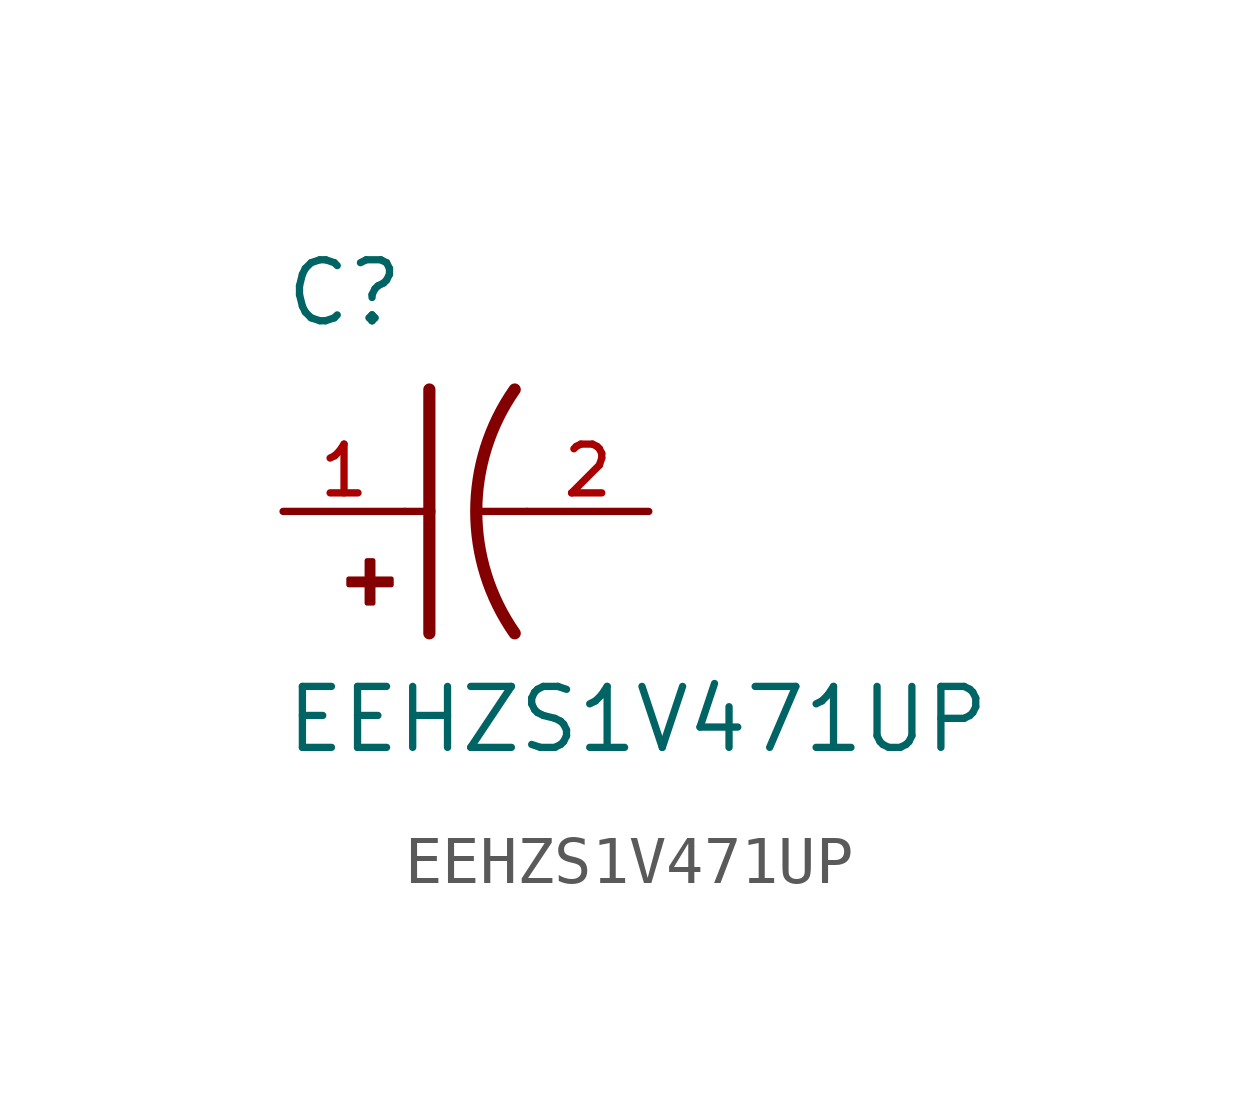
<source format=kicad_sym>
(kicad_symbol_lib
  (version 20211014)
  (generator kicad_symbol_editor)
  (symbol "EEHZS1V471UP"
    (pin_names
      (offset 1.016))
    (property "Reference" "C"
      (at -2.54 3.81 0)
      (effects (font (size 1.27 1.27)) (justify bottom left)))
    (property "Value" "EEHZS1V471UP"
      (at -2.54 -5.08 0)
      (effects (font (size 1.27 1.27)) (justify bottom left)))
    (symbol "EEHZS1V471UP_0_0"
      (arc (start 2.286 -2.54) (mid 1.4851 -0.0) (end 2.286 2.54) (stroke (width 0.254) (type default) (color 0 0 0 0)) (fill (type none)))
      (polyline (pts (xy 0.508 2.54) (xy 0.508 0.0)) (stroke (width 0.254)))
      (rectangle (start -1.173 -1.532) (end -0.284 -1.405) (stroke (width 0.1)) (fill (type outline)))
      (rectangle (start -0.792 -1.913) (end -0.665 -1.024) (stroke (width 0.1)) (fill (type outline)))
      (polyline (pts (xy 0.508 0.0) (xy 0.508 -2.54)) (stroke (width 0.254)))
      (polyline (pts (xy 0.0 0.0) (xy 0.508 0.0)) (stroke (width 0.152)))
      (polyline (pts (xy 2.54 0.0) (xy 1.524 0.0)) (stroke (width 0.152)))
      (pin passive line (at -2.54 0.0 0) (length 2.54) (name "~" (effects (font (size 1.016 1.016)))) (number "1" (effects (font (size 1.016 1.016)))))
      (pin passive line (at 5.08 0.0 180.0) (length 2.54) (name "~" (effects (font (size 1.016 1.016)))) (number "2" (effects (font (size 1.016 1.016))))))))
</source>
